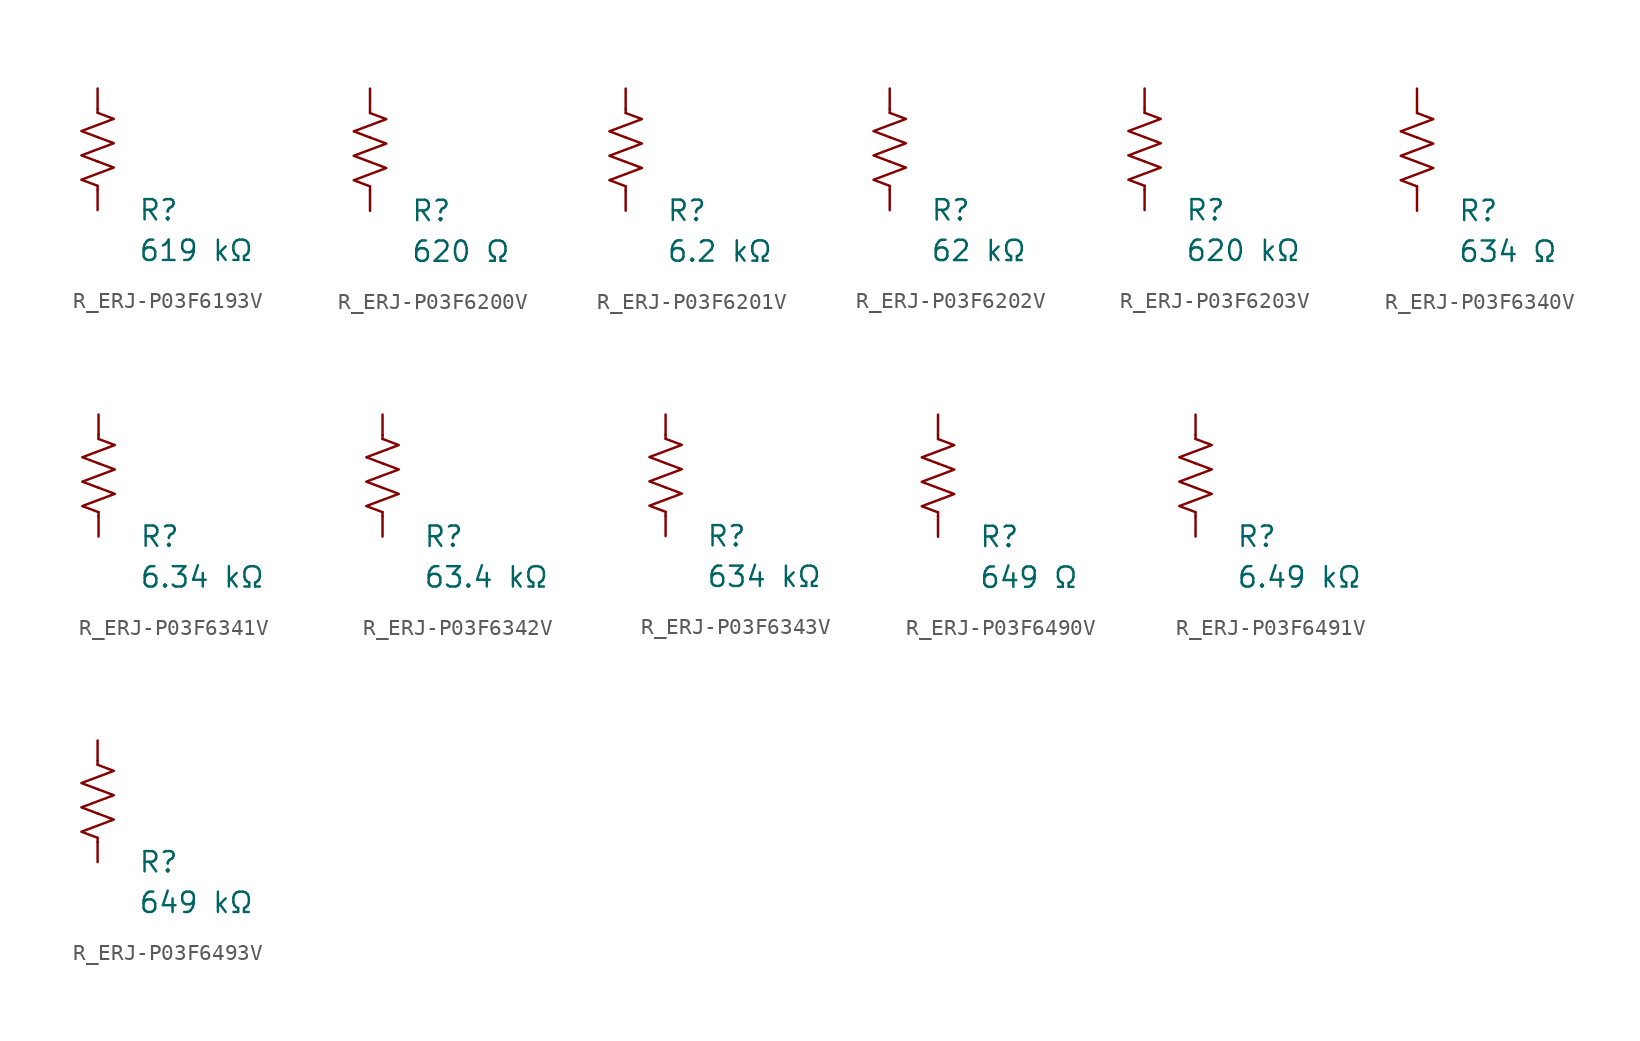
<source format=kicad_sym>
(kicad_symbol_lib
  (version 20231120)
  (generator "kicad_symbol_editor")
  (generator_version "8.0")
  (symbol "R_ERJ-P03F6193V"
    (pin_numbers hide)
    (pin_names
      (offset 0))
    (property "Reference" "R"
      (at 2.54 -3.81 0)
      (effects (font (size 1.27 1.27)) (justify left))
      (show_name no))
    (property "Value" "619 kΩ"
      (at 2.54 -6.35 0)
      (effects (font (size 1.27 1.27)) (justify left))
      (show_name no))
    (symbol "R_ERJ-P03F6193V_0_1"
      (polyline (pts (xy 0 -2.286) (xy 0 -2.54)) (stroke (width 0) (type default)) (fill (type none)))
      (polyline (pts (xy 0 2.286) (xy 0 2.54)) (stroke (width 0) (type default)) (fill (type none)))
      (polyline (pts (xy 0 -0.762) (xy 1.016 -1.143) (xy 0 -1.524) (xy -1.016 -1.905) (xy 0 -2.286)) (stroke (width 0) (type default)) (fill (type none)))
      (polyline (pts (xy 0 0.762) (xy 1.016 0.381) (xy 0 0) (xy -1.016 -0.381) (xy 0 -0.762)) (stroke (width 0) (type default)) (fill (type none)))
      (polyline (pts (xy 0 2.286) (xy 1.016 1.905) (xy 0 1.524) (xy -1.016 1.143) (xy 0 0.762)) (stroke (width 0) (type default)) (fill (type none))))
    (symbol "R_ERJ-P03F6193V_1_1"
      (pin passive line (at 0 3.81 270) (length 1.27) (name "~" (effects (font (size 1.27 1.27)))) (number "1" (effects (font (size 1.27 1.27)))))
      (pin passive line (at 0 -3.81 90) (length 1.27) (name "~" (effects (font (size 1.27 1.27)))) (number "2" (effects (font (size 1.27 1.27)))))))
  (symbol "R_ERJ-P03F6200V"
    (pin_numbers hide)
    (pin_names
      (offset 0))
    (property "Reference" "R"
      (at 2.54 -3.81 0)
      (effects (font (size 1.27 1.27)) (justify left))
      (show_name no))
    (property "Value" "620 Ω"
      (at 2.54 -6.35 0)
      (effects (font (size 1.27 1.27)) (justify left))
      (show_name no))
    (symbol "R_ERJ-P03F6200V_0_1"
      (polyline (pts (xy 0 -2.286) (xy 0 -2.54)) (stroke (width 0) (type default)) (fill (type none)))
      (polyline (pts (xy 0 2.286) (xy 0 2.54)) (stroke (width 0) (type default)) (fill (type none)))
      (polyline (pts (xy 0 -0.762) (xy 1.016 -1.143) (xy 0 -1.524) (xy -1.016 -1.905) (xy 0 -2.286)) (stroke (width 0) (type default)) (fill (type none)))
      (polyline (pts (xy 0 0.762) (xy 1.016 0.381) (xy 0 0) (xy -1.016 -0.381) (xy 0 -0.762)) (stroke (width 0) (type default)) (fill (type none)))
      (polyline (pts (xy 0 2.286) (xy 1.016 1.905) (xy 0 1.524) (xy -1.016 1.143) (xy 0 0.762)) (stroke (width 0) (type default)) (fill (type none))))
    (symbol "R_ERJ-P03F6200V_1_1"
      (pin passive line (at 0 3.81 270) (length 1.27) (name "~" (effects (font (size 1.27 1.27)))) (number "1" (effects (font (size 1.27 1.27)))))
      (pin passive line (at 0 -3.81 90) (length 1.27) (name "~" (effects (font (size 1.27 1.27)))) (number "2" (effects (font (size 1.27 1.27)))))))
  (symbol "R_ERJ-P03F6201V"
    (pin_numbers hide)
    (pin_names
      (offset 0))
    (property "Reference" "R"
      (at 2.54 -3.81 0)
      (effects (font (size 1.27 1.27)) (justify left))
      (show_name no))
    (property "Value" "6.2 kΩ"
      (at 2.54 -6.35 0)
      (effects (font (size 1.27 1.27)) (justify left))
      (show_name no))
    (symbol "R_ERJ-P03F6201V_0_1"
      (polyline (pts (xy 0 -2.286) (xy 0 -2.54)) (stroke (width 0) (type default)) (fill (type none)))
      (polyline (pts (xy 0 2.286) (xy 0 2.54)) (stroke (width 0) (type default)) (fill (type none)))
      (polyline (pts (xy 0 -0.762) (xy 1.016 -1.143) (xy 0 -1.524) (xy -1.016 -1.905) (xy 0 -2.286)) (stroke (width 0) (type default)) (fill (type none)))
      (polyline (pts (xy 0 0.762) (xy 1.016 0.381) (xy 0 0) (xy -1.016 -0.381) (xy 0 -0.762)) (stroke (width 0) (type default)) (fill (type none)))
      (polyline (pts (xy 0 2.286) (xy 1.016 1.905) (xy 0 1.524) (xy -1.016 1.143) (xy 0 0.762)) (stroke (width 0) (type default)) (fill (type none))))
    (symbol "R_ERJ-P03F6201V_1_1"
      (pin passive line (at 0 3.81 270) (length 1.27) (name "~" (effects (font (size 1.27 1.27)))) (number "1" (effects (font (size 1.27 1.27)))))
      (pin passive line (at 0 -3.81 90) (length 1.27) (name "~" (effects (font (size 1.27 1.27)))) (number "2" (effects (font (size 1.27 1.27)))))))
  (symbol "R_ERJ-P03F6202V"
    (pin_numbers hide)
    (pin_names
      (offset 0))
    (property "Reference" "R"
      (at 2.54 -3.81 0)
      (effects (font (size 1.27 1.27)) (justify left))
      (show_name no))
    (property "Value" "62 kΩ"
      (at 2.54 -6.35 0)
      (effects (font (size 1.27 1.27)) (justify left))
      (show_name no))
    (symbol "R_ERJ-P03F6202V_0_1"
      (polyline (pts (xy 0 -2.286) (xy 0 -2.54)) (stroke (width 0) (type default)) (fill (type none)))
      (polyline (pts (xy 0 2.286) (xy 0 2.54)) (stroke (width 0) (type default)) (fill (type none)))
      (polyline (pts (xy 0 -0.762) (xy 1.016 -1.143) (xy 0 -1.524) (xy -1.016 -1.905) (xy 0 -2.286)) (stroke (width 0) (type default)) (fill (type none)))
      (polyline (pts (xy 0 0.762) (xy 1.016 0.381) (xy 0 0) (xy -1.016 -0.381) (xy 0 -0.762)) (stroke (width 0) (type default)) (fill (type none)))
      (polyline (pts (xy 0 2.286) (xy 1.016 1.905) (xy 0 1.524) (xy -1.016 1.143) (xy 0 0.762)) (stroke (width 0) (type default)) (fill (type none))))
    (symbol "R_ERJ-P03F6202V_1_1"
      (pin passive line (at 0 3.81 270) (length 1.27) (name "~" (effects (font (size 1.27 1.27)))) (number "1" (effects (font (size 1.27 1.27)))))
      (pin passive line (at 0 -3.81 90) (length 1.27) (name "~" (effects (font (size 1.27 1.27)))) (number "2" (effects (font (size 1.27 1.27)))))))
  (symbol "R_ERJ-P03F6203V"
    (pin_numbers hide)
    (pin_names
      (offset 0))
    (property "Reference" "R"
      (at 2.54 -3.81 0)
      (effects (font (size 1.27 1.27)) (justify left))
      (show_name no))
    (property "Value" "620 kΩ"
      (at 2.54 -6.35 0)
      (effects (font (size 1.27 1.27)) (justify left))
      (show_name no))
    (symbol "R_ERJ-P03F6203V_0_1"
      (polyline (pts (xy 0 -2.286) (xy 0 -2.54)) (stroke (width 0) (type default)) (fill (type none)))
      (polyline (pts (xy 0 2.286) (xy 0 2.54)) (stroke (width 0) (type default)) (fill (type none)))
      (polyline (pts (xy 0 -0.762) (xy 1.016 -1.143) (xy 0 -1.524) (xy -1.016 -1.905) (xy 0 -2.286)) (stroke (width 0) (type default)) (fill (type none)))
      (polyline (pts (xy 0 0.762) (xy 1.016 0.381) (xy 0 0) (xy -1.016 -0.381) (xy 0 -0.762)) (stroke (width 0) (type default)) (fill (type none)))
      (polyline (pts (xy 0 2.286) (xy 1.016 1.905) (xy 0 1.524) (xy -1.016 1.143) (xy 0 0.762)) (stroke (width 0) (type default)) (fill (type none))))
    (symbol "R_ERJ-P03F6203V_1_1"
      (pin passive line (at 0 3.81 270) (length 1.27) (name "~" (effects (font (size 1.27 1.27)))) (number "1" (effects (font (size 1.27 1.27)))))
      (pin passive line (at 0 -3.81 90) (length 1.27) (name "~" (effects (font (size 1.27 1.27)))) (number "2" (effects (font (size 1.27 1.27)))))))
  (symbol "R_ERJ-P03F6340V"
    (pin_numbers hide)
    (pin_names
      (offset 0))
    (property "Reference" "R"
      (at 2.54 -3.81 0)
      (effects (font (size 1.27 1.27)) (justify left))
      (show_name no))
    (property "Value" "634 Ω"
      (at 2.54 -6.35 0)
      (effects (font (size 1.27 1.27)) (justify left))
      (show_name no))
    (symbol "R_ERJ-P03F6340V_0_1"
      (polyline (pts (xy 0 -2.286) (xy 0 -2.54)) (stroke (width 0) (type default)) (fill (type none)))
      (polyline (pts (xy 0 2.286) (xy 0 2.54)) (stroke (width 0) (type default)) (fill (type none)))
      (polyline (pts (xy 0 -0.762) (xy 1.016 -1.143) (xy 0 -1.524) (xy -1.016 -1.905) (xy 0 -2.286)) (stroke (width 0) (type default)) (fill (type none)))
      (polyline (pts (xy 0 0.762) (xy 1.016 0.381) (xy 0 0) (xy -1.016 -0.381) (xy 0 -0.762)) (stroke (width 0) (type default)) (fill (type none)))
      (polyline (pts (xy 0 2.286) (xy 1.016 1.905) (xy 0 1.524) (xy -1.016 1.143) (xy 0 0.762)) (stroke (width 0) (type default)) (fill (type none))))
    (symbol "R_ERJ-P03F6340V_1_1"
      (pin passive line (at 0 3.81 270) (length 1.27) (name "~" (effects (font (size 1.27 1.27)))) (number "1" (effects (font (size 1.27 1.27)))))
      (pin passive line (at 0 -3.81 90) (length 1.27) (name "~" (effects (font (size 1.27 1.27)))) (number "2" (effects (font (size 1.27 1.27)))))))
  (symbol "R_ERJ-P03F6341V"
    (pin_numbers hide)
    (pin_names
      (offset 0))
    (property "Reference" "R"
      (at 2.54 -3.81 0)
      (effects (font (size 1.27 1.27)) (justify left))
      (show_name no))
    (property "Value" "6.34 kΩ"
      (at 2.54 -6.35 0)
      (effects (font (size 1.27 1.27)) (justify left))
      (show_name no))
    (symbol "R_ERJ-P03F6341V_0_1"
      (polyline (pts (xy 0 -2.286) (xy 0 -2.54)) (stroke (width 0) (type default)) (fill (type none)))
      (polyline (pts (xy 0 2.286) (xy 0 2.54)) (stroke (width 0) (type default)) (fill (type none)))
      (polyline (pts (xy 0 -0.762) (xy 1.016 -1.143) (xy 0 -1.524) (xy -1.016 -1.905) (xy 0 -2.286)) (stroke (width 0) (type default)) (fill (type none)))
      (polyline (pts (xy 0 0.762) (xy 1.016 0.381) (xy 0 0) (xy -1.016 -0.381) (xy 0 -0.762)) (stroke (width 0) (type default)) (fill (type none)))
      (polyline (pts (xy 0 2.286) (xy 1.016 1.905) (xy 0 1.524) (xy -1.016 1.143) (xy 0 0.762)) (stroke (width 0) (type default)) (fill (type none))))
    (symbol "R_ERJ-P03F6341V_1_1"
      (pin passive line (at 0 3.81 270) (length 1.27) (name "~" (effects (font (size 1.27 1.27)))) (number "1" (effects (font (size 1.27 1.27)))))
      (pin passive line (at 0 -3.81 90) (length 1.27) (name "~" (effects (font (size 1.27 1.27)))) (number "2" (effects (font (size 1.27 1.27)))))))
  (symbol "R_ERJ-P03F6342V"
    (pin_numbers hide)
    (pin_names
      (offset 0))
    (property "Reference" "R"
      (at 2.54 -3.81 0)
      (effects (font (size 1.27 1.27)) (justify left))
      (show_name no))
    (property "Value" "63.4 kΩ"
      (at 2.54 -6.35 0)
      (effects (font (size 1.27 1.27)) (justify left))
      (show_name no))
    (symbol "R_ERJ-P03F6342V_0_1"
      (polyline (pts (xy 0 -2.286) (xy 0 -2.54)) (stroke (width 0) (type default)) (fill (type none)))
      (polyline (pts (xy 0 2.286) (xy 0 2.54)) (stroke (width 0) (type default)) (fill (type none)))
      (polyline (pts (xy 0 -0.762) (xy 1.016 -1.143) (xy 0 -1.524) (xy -1.016 -1.905) (xy 0 -2.286)) (stroke (width 0) (type default)) (fill (type none)))
      (polyline (pts (xy 0 0.762) (xy 1.016 0.381) (xy 0 0) (xy -1.016 -0.381) (xy 0 -0.762)) (stroke (width 0) (type default)) (fill (type none)))
      (polyline (pts (xy 0 2.286) (xy 1.016 1.905) (xy 0 1.524) (xy -1.016 1.143) (xy 0 0.762)) (stroke (width 0) (type default)) (fill (type none))))
    (symbol "R_ERJ-P03F6342V_1_1"
      (pin passive line (at 0 3.81 270) (length 1.27) (name "~" (effects (font (size 1.27 1.27)))) (number "1" (effects (font (size 1.27 1.27)))))
      (pin passive line (at 0 -3.81 90) (length 1.27) (name "~" (effects (font (size 1.27 1.27)))) (number "2" (effects (font (size 1.27 1.27)))))))
  (symbol "R_ERJ-P03F6343V"
    (pin_numbers hide)
    (pin_names
      (offset 0))
    (property "Reference" "R"
      (at 2.54 -3.81 0)
      (effects (font (size 1.27 1.27)) (justify left))
      (show_name no))
    (property "Value" "634 kΩ"
      (at 2.54 -6.35 0)
      (effects (font (size 1.27 1.27)) (justify left))
      (show_name no))
    (symbol "R_ERJ-P03F6343V_0_1"
      (polyline (pts (xy 0 -2.286) (xy 0 -2.54)) (stroke (width 0) (type default)) (fill (type none)))
      (polyline (pts (xy 0 2.286) (xy 0 2.54)) (stroke (width 0) (type default)) (fill (type none)))
      (polyline (pts (xy 0 -0.762) (xy 1.016 -1.143) (xy 0 -1.524) (xy -1.016 -1.905) (xy 0 -2.286)) (stroke (width 0) (type default)) (fill (type none)))
      (polyline (pts (xy 0 0.762) (xy 1.016 0.381) (xy 0 0) (xy -1.016 -0.381) (xy 0 -0.762)) (stroke (width 0) (type default)) (fill (type none)))
      (polyline (pts (xy 0 2.286) (xy 1.016 1.905) (xy 0 1.524) (xy -1.016 1.143) (xy 0 0.762)) (stroke (width 0) (type default)) (fill (type none))))
    (symbol "R_ERJ-P03F6343V_1_1"
      (pin passive line (at 0 3.81 270) (length 1.27) (name "~" (effects (font (size 1.27 1.27)))) (number "1" (effects (font (size 1.27 1.27)))))
      (pin passive line (at 0 -3.81 90) (length 1.27) (name "~" (effects (font (size 1.27 1.27)))) (number "2" (effects (font (size 1.27 1.27)))))))
  (symbol "R_ERJ-P03F6490V"
    (pin_numbers hide)
    (pin_names
      (offset 0))
    (property "Reference" "R"
      (at 2.54 -3.81 0)
      (effects (font (size 1.27 1.27)) (justify left))
      (show_name no))
    (property "Value" "649 Ω"
      (at 2.54 -6.35 0)
      (effects (font (size 1.27 1.27)) (justify left))
      (show_name no))
    (symbol "R_ERJ-P03F6490V_0_1"
      (polyline (pts (xy 0 -2.286) (xy 0 -2.54)) (stroke (width 0) (type default)) (fill (type none)))
      (polyline (pts (xy 0 2.286) (xy 0 2.54)) (stroke (width 0) (type default)) (fill (type none)))
      (polyline (pts (xy 0 -0.762) (xy 1.016 -1.143) (xy 0 -1.524) (xy -1.016 -1.905) (xy 0 -2.286)) (stroke (width 0) (type default)) (fill (type none)))
      (polyline (pts (xy 0 0.762) (xy 1.016 0.381) (xy 0 0) (xy -1.016 -0.381) (xy 0 -0.762)) (stroke (width 0) (type default)) (fill (type none)))
      (polyline (pts (xy 0 2.286) (xy 1.016 1.905) (xy 0 1.524) (xy -1.016 1.143) (xy 0 0.762)) (stroke (width 0) (type default)) (fill (type none))))
    (symbol "R_ERJ-P03F6490V_1_1"
      (pin passive line (at 0 3.81 270) (length 1.27) (name "~" (effects (font (size 1.27 1.27)))) (number "1" (effects (font (size 1.27 1.27)))))
      (pin passive line (at 0 -3.81 90) (length 1.27) (name "~" (effects (font (size 1.27 1.27)))) (number "2" (effects (font (size 1.27 1.27)))))))
  (symbol "R_ERJ-P03F6491V"
    (pin_numbers hide)
    (pin_names
      (offset 0))
    (property "Reference" "R"
      (at 2.54 -3.81 0)
      (effects (font (size 1.27 1.27)) (justify left))
      (show_name no))
    (property "Value" "6.49 kΩ"
      (at 2.54 -6.35 0)
      (effects (font (size 1.27 1.27)) (justify left))
      (show_name no))
    (symbol "R_ERJ-P03F6491V_0_1"
      (polyline (pts (xy 0 -2.286) (xy 0 -2.54)) (stroke (width 0) (type default)) (fill (type none)))
      (polyline (pts (xy 0 2.286) (xy 0 2.54)) (stroke (width 0) (type default)) (fill (type none)))
      (polyline (pts (xy 0 -0.762) (xy 1.016 -1.143) (xy 0 -1.524) (xy -1.016 -1.905) (xy 0 -2.286)) (stroke (width 0) (type default)) (fill (type none)))
      (polyline (pts (xy 0 0.762) (xy 1.016 0.381) (xy 0 0) (xy -1.016 -0.381) (xy 0 -0.762)) (stroke (width 0) (type default)) (fill (type none)))
      (polyline (pts (xy 0 2.286) (xy 1.016 1.905) (xy 0 1.524) (xy -1.016 1.143) (xy 0 0.762)) (stroke (width 0) (type default)) (fill (type none))))
    (symbol "R_ERJ-P03F6491V_1_1"
      (pin passive line (at 0 3.81 270) (length 1.27) (name "~" (effects (font (size 1.27 1.27)))) (number "1" (effects (font (size 1.27 1.27)))))
      (pin passive line (at 0 -3.81 90) (length 1.27) (name "~" (effects (font (size 1.27 1.27)))) (number "2" (effects (font (size 1.27 1.27)))))))
  (symbol "R_ERJ-P03F6493V"
    (pin_numbers hide)
    (pin_names
      (offset 0))
    (property "Reference" "R"
      (at 2.54 -3.81 0)
      (effects (font (size 1.27 1.27)) (justify left))
      (show_name no))
    (property "Value" "649 kΩ"
      (at 2.54 -6.35 0)
      (effects (font (size 1.27 1.27)) (justify left))
      (show_name no))
    (symbol "R_ERJ-P03F6493V_0_1"
      (polyline (pts (xy 0 -2.286) (xy 0 -2.54)) (stroke (width 0) (type default)) (fill (type none)))
      (polyline (pts (xy 0 2.286) (xy 0 2.54)) (stroke (width 0) (type default)) (fill (type none)))
      (polyline (pts (xy 0 -0.762) (xy 1.016 -1.143) (xy 0 -1.524) (xy -1.016 -1.905) (xy 0 -2.286)) (stroke (width 0) (type default)) (fill (type none)))
      (polyline (pts (xy 0 0.762) (xy 1.016 0.381) (xy 0 0) (xy -1.016 -0.381) (xy 0 -0.762)) (stroke (width 0) (type default)) (fill (type none)))
      (polyline (pts (xy 0 2.286) (xy 1.016 1.905) (xy 0 1.524) (xy -1.016 1.143) (xy 0 0.762)) (stroke (width 0) (type default)) (fill (type none))))
    (symbol "R_ERJ-P03F6493V_1_1"
      (pin passive line (at 0 3.81 270) (length 1.27) (name "~" (effects (font (size 1.27 1.27)))) (number "1" (effects (font (size 1.27 1.27)))))
      (pin passive line (at 0 -3.81 90) (length 1.27) (name "~" (effects (font (size 1.27 1.27)))) (number "2" (effects (font (size 1.27 1.27))))))))
</source>
